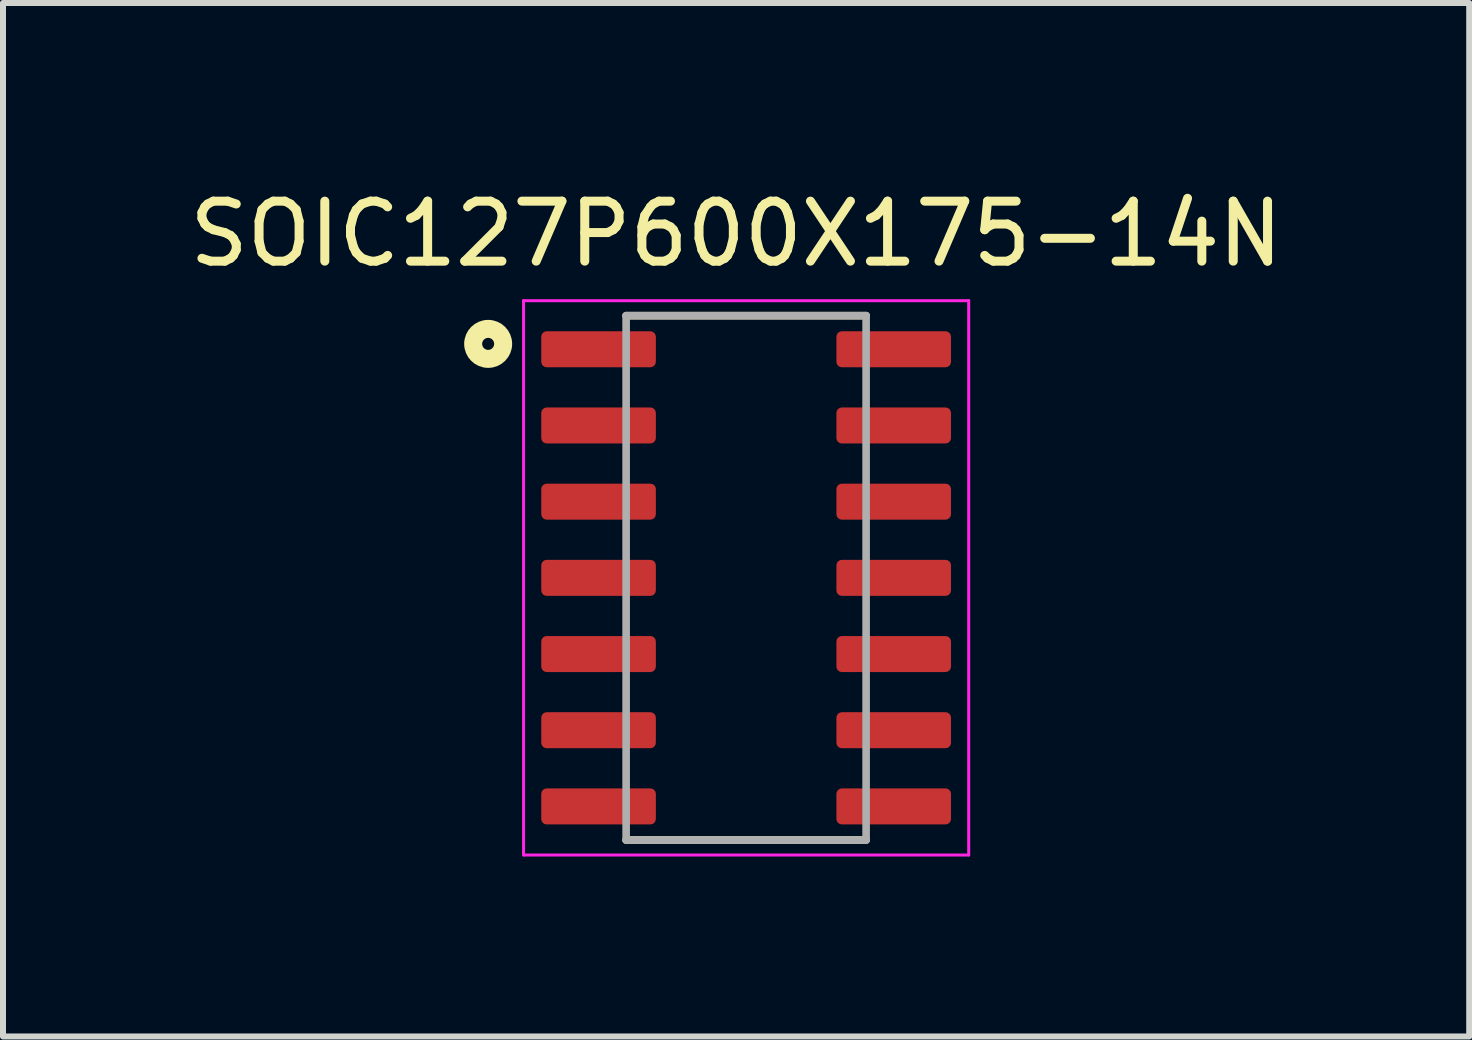
<source format=kicad_pcb>
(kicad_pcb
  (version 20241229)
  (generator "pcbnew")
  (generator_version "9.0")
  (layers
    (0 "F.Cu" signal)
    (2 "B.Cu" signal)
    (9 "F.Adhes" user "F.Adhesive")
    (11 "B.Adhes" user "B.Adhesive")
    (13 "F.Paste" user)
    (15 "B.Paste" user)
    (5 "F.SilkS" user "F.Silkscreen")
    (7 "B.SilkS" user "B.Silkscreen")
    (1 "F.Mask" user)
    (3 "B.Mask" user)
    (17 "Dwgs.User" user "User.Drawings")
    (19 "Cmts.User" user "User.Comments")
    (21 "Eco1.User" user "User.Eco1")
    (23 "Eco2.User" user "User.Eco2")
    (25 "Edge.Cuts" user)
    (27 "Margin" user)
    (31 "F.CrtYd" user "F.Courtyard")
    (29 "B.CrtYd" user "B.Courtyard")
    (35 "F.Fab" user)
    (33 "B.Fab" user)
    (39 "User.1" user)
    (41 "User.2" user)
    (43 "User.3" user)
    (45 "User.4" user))
  (footprint "SOIC127P600X175-14N"
    (layer "F.Cu")
    (at 9.387 6.582)
    (property "Reference" "SOIC127P600X175-14N" (at -0.166 -5.734 0) (layer "F.SilkS") (effects (font (size 1 1) (thickness 0.15))))
    (attr smd)
    (fp_line (start -2 -4.37) (end 2 -4.37) (stroke (width 0.127) (type solid)) (layer "F.SilkS"))
    (fp_line (start 2 4.37) (end -2 4.37) (stroke (width 0.127) (type solid)) (layer "F.SilkS"))
    (fp_circle (center -4.3 -3.9) (end -4.2 -3.9) (stroke (width 0.3) (type solid)) (fill no) (layer "F.SilkS"))
    (fp_line (start -3.71 -4.62) (end 3.71 -4.62) (stroke (width 0.05) (type solid)) (layer "F.CrtYd"))
    (fp_line (start -3.71 4.62) (end -3.71 -4.62) (stroke (width 0.05) (type solid)) (layer "F.CrtYd"))
    (fp_line (start 3.71 -4.62) (end 3.71 4.62) (stroke (width 0.05) (type solid)) (layer "F.CrtYd"))
    (fp_line (start 3.71 4.62) (end -3.71 4.62) (stroke (width 0.05) (type solid)) (layer "F.CrtYd"))
    (fp_line (start -2 -4.37) (end 2 -4.37) (stroke (width 0.127) (type solid)) (layer "F.Fab"))
    (fp_line (start -2 4.37) (end -2 -4.37) (stroke (width 0.127) (type solid)) (layer "F.Fab"))
    (fp_line (start 2 -4.37) (end 2 4.37) (stroke (width 0.127) (type solid)) (layer "F.Fab"))
    (fp_line (start 2 4.37) (end -2 4.37) (stroke (width 0.127) (type solid)) (layer "F.Fab"))
    (pad "1" smd roundrect (at -2.46 -3.81) (size 1.91 0.6) (layers "F.Cu" "F.Mask" "F.Paste") (roundrect_rratio 0.15))
    (pad "2" smd roundrect (at -2.46 -2.54) (size 1.91 0.6) (layers "F.Cu" "F.Mask" "F.Paste") (roundrect_rratio 0.15))
    (pad "3" smd roundrect (at -2.46 -1.27) (size 1.91 0.6) (layers "F.Cu" "F.Mask" "F.Paste") (roundrect_rratio 0.15))
    (pad "4" smd roundrect (at -2.46 0) (size 1.91 0.6) (layers "F.Cu" "F.Mask" "F.Paste") (roundrect_rratio 0.15))
    (pad "5" smd roundrect (at -2.46 1.27) (size 1.91 0.6) (layers "F.Cu" "F.Mask" "F.Paste") (roundrect_rratio 0.15))
    (pad "6" smd roundrect (at -2.46 2.54) (size 1.91 0.6) (layers "F.Cu" "F.Mask" "F.Paste") (roundrect_rratio 0.15))
    (pad "7" smd roundrect (at -2.46 3.81) (size 1.91 0.6) (layers "F.Cu" "F.Mask" "F.Paste") (roundrect_rratio 0.15))
    (pad "8" smd roundrect (at 2.46 3.81) (size 1.91 0.6) (layers "F.Cu" "F.Mask" "F.Paste") (roundrect_rratio 0.15))
    (pad "9" smd roundrect (at 2.46 2.54) (size 1.91 0.6) (layers "F.Cu" "F.Mask" "F.Paste") (roundrect_rratio 0.15))
    (pad "10" smd roundrect (at 2.46 1.27) (size 1.91 0.6) (layers "F.Cu" "F.Mask" "F.Paste") (roundrect_rratio 0.15))
    (pad "11" smd roundrect (at 2.46 0) (size 1.91 0.6) (layers "F.Cu" "F.Mask" "F.Paste") (roundrect_rratio 0.15))
    (pad "12" smd roundrect (at 2.46 -1.27) (size 1.91 0.6) (layers "F.Cu" "F.Mask" "F.Paste") (roundrect_rratio 0.15))
    (pad "13" smd roundrect (at 2.46 -2.54) (size 1.91 0.6) (layers "F.Cu" "F.Mask" "F.Paste") (roundrect_rratio 0.15))
    (pad "14" smd roundrect (at 2.46 -3.81) (size 1.91 0.6) (layers "F.Cu" "F.Mask" "F.Paste") (roundrect_rratio 0.15)))
  (gr_rect
    (start -3 -3)
    (end 21.44 14.227)
    (stroke (width 0.1) (type default))
    (fill no)
    (layer "Edge.Cuts")))
</source>
